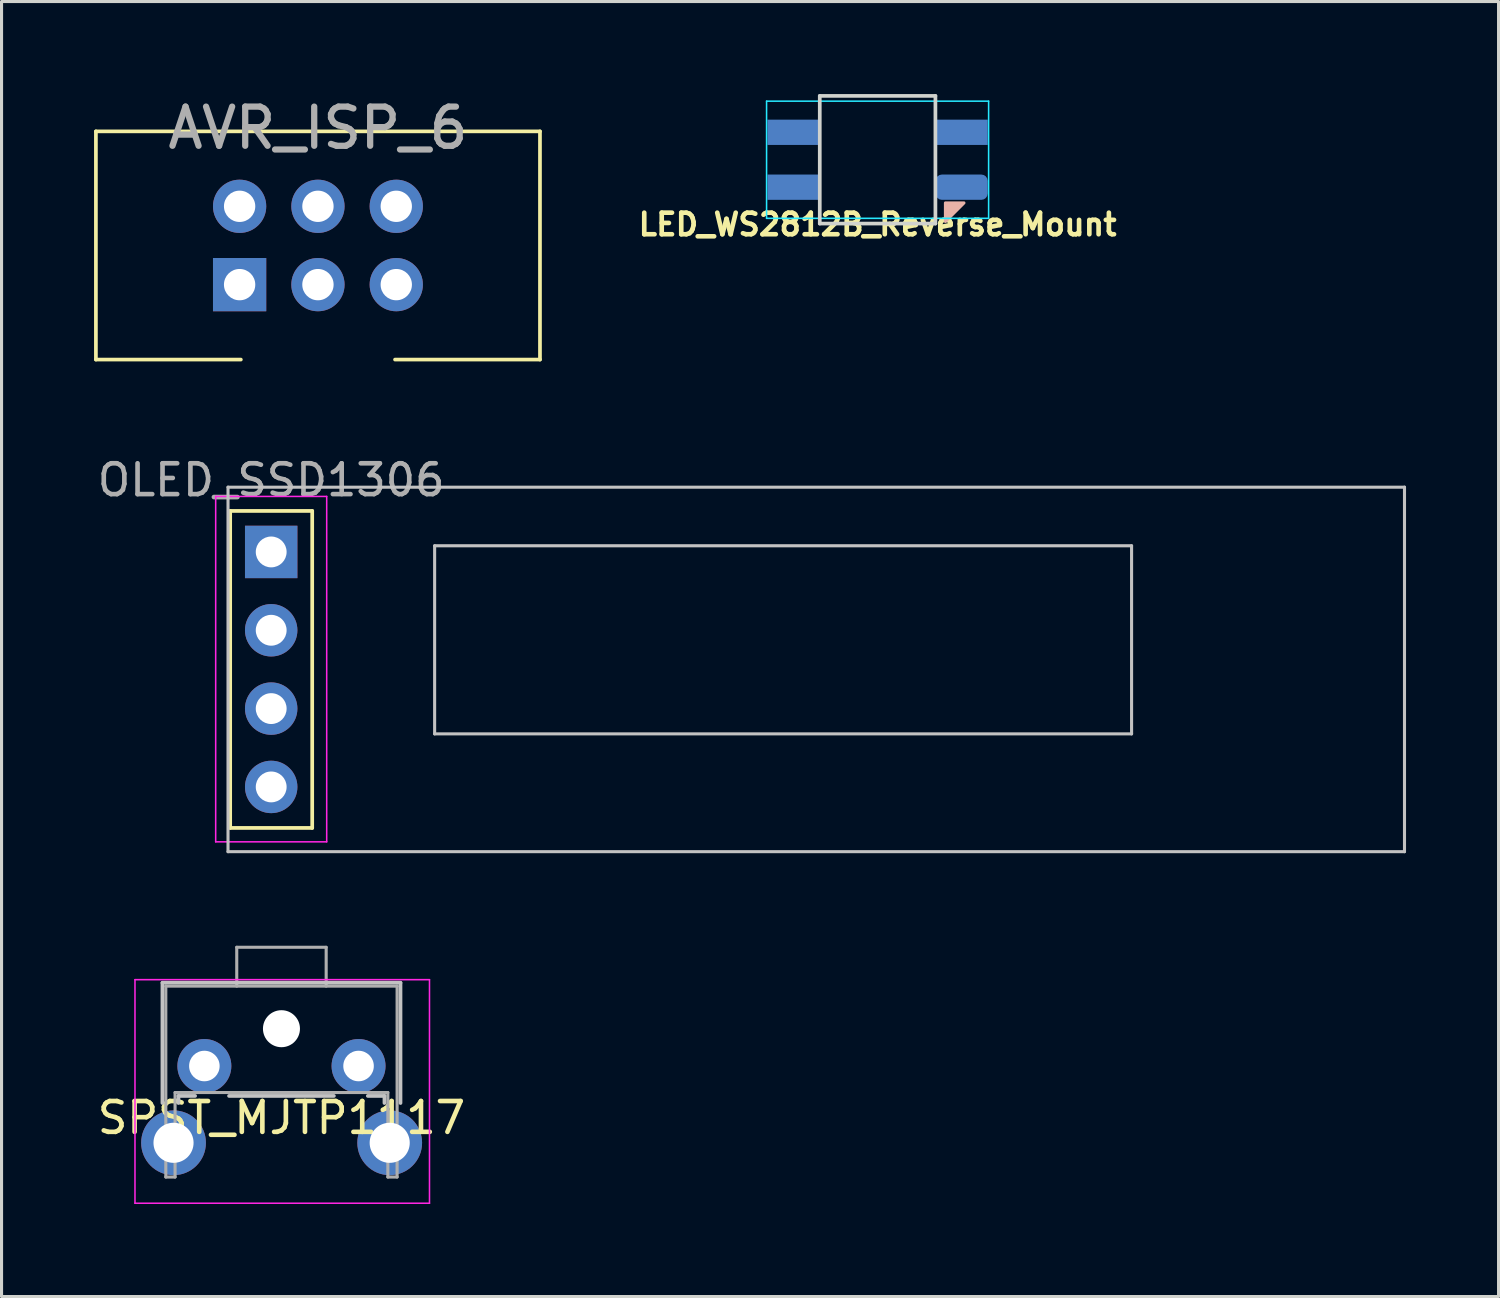
<source format=kicad_pcb>
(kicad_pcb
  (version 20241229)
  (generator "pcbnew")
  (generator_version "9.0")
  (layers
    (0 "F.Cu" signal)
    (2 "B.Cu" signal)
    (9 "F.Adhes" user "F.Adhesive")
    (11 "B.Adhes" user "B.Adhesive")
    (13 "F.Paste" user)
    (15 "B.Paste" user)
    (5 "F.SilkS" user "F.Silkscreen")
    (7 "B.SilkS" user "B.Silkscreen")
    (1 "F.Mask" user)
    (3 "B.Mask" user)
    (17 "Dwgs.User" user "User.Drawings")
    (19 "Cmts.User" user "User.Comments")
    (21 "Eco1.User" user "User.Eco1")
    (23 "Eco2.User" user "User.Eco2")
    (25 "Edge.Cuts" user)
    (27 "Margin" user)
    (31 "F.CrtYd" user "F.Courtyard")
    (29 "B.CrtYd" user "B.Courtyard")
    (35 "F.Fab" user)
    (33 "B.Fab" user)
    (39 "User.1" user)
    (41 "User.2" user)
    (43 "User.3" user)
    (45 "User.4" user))
  (footprint "AVR_ISP_6"
    (layer "F.Cu")
    (at 7.26 4.91)
    (property "Reference" "AVR_ISP_6" (at 0 -3.81 0) (layer "F.Fab") (effects (font (size 1.27 1.27) (thickness 0.203))))
    (attr through_hole)
    (fp_line (start -7.2 -3.7) (end 7.2 -3.7) (stroke (width 0.12) (type solid)) (layer "F.SilkS"))
    (fp_line (start -7.2 3.7) (end -7.2 -3.7) (stroke (width 0.12) (type solid)) (layer "F.SilkS"))
    (fp_line (start -2.5 3.7) (end -7.2 3.7) (stroke (width 0.12) (type solid)) (layer "F.SilkS"))
    (fp_line (start 7.2 -3.7) (end 7.2 3.7) (stroke (width 0.12) (type solid)) (layer "F.SilkS"))
    (fp_line (start 7.2 3.7) (end 2.5 3.7) (stroke (width 0.12) (type solid)) (layer "F.SilkS"))
    (pad "1" thru_hole rect (at -2.54 1.27) (size 1.727 1.727) (drill 1.016) (layers "*.Cu" "*.Mask"))
    (pad "2" thru_hole oval (at -2.54 -1.27) (size 1.727 1.727) (drill 1.016) (layers "*.Cu" "*.Mask"))
    (pad "3" thru_hole oval (at 0 1.27) (size 1.727 1.727) (drill 1.016) (layers "*.Cu" "*.Mask"))
    (pad "4" thru_hole oval (at 0 -1.27) (size 1.727 1.727) (drill 1.016) (layers "*.Cu" "*.Mask"))
    (pad "5" thru_hole oval (at 2.54 1.27) (size 1.727 1.727) (drill 1.016) (layers "*.Cu" "*.Mask"))
    (pad "6" thru_hole oval (at 2.54 -1.27) (size 1.727 1.727) (drill 1.016) (layers "*.Cu" "*.Mask")))
  (footprint "LED_WS2812B_Reverse_Mount"
    (layer "F.Cu")
    (at 25.408 2.13)
    (property "Reference" "LED_WS2812B_Reverse_Mount" (at 0 2.1 0) (unlocked yes) (layer "F.SilkS") (effects (font (size 0.7 0.7) (thickness 0.15))))
    (attr through_hole)
    (fp_poly (pts (xy 2.8 1.4) (xy 2.2 1.4) (xy 2.2 2)) (stroke (width 0.1) (type solid)) (fill yes) (layer "B.SilkS"))
    (fp_line (start -1.875 -2.07) (end 1.875 -2.07) (stroke (width 0.12) (type solid)) (layer "Edge.Cuts"))
    (fp_line (start -1.875 2.07) (end -1.875 -2.07) (stroke (width 0.12) (type solid)) (layer "Edge.Cuts"))
    (fp_line (start 1.875 -2.07) (end 1.875 2.07) (stroke (width 0.12) (type solid)) (layer "Edge.Cuts"))
    (fp_line (start 1.875 2.07) (end -1.875 2.07) (stroke (width 0.12) (type solid)) (layer "Edge.Cuts"))
    (fp_line (start -3.6 -1.9) (end -3.6 1.9) (stroke (width 0.05) (type solid)) (layer "B.CrtYd"))
    (fp_line (start -3.6 1.9) (end 3.6 1.9) (stroke (width 0.05) (type solid)) (layer "B.CrtYd"))
    (fp_line (start 3.6 -1.9) (end -3.6 -1.9) (stroke (width 0.05) (type solid)) (layer "B.CrtYd"))
    (fp_line (start 3.6 1.9) (end 3.6 -1.9) (stroke (width 0.05) (type solid)) (layer "B.CrtYd"))
    (pad "1" smd rect (at -2.725 -0.89) (size 1.69 0.82) (layers "B.Cu" "B.Mask" "B.Paste"))
    (pad "2" smd rect (at -2.725 0.89) (size 1.69 0.82) (layers "B.Cu" "B.Mask" "B.Paste"))
    (pad "3" smd roundrect (at 2.725 0.89) (size 1.69 0.82) (layers "B.Cu" "B.Mask" "B.Paste") (roundrect_rratio 0.25))
    (pad "4" smd rect (at 2.725 -0.89) (size 1.69 0.82) (layers "B.Cu" "B.Mask" "B.Paste")))
  (footprint "SPST_MJTP1117"
    (layer "F.Cu")
    (at 3.577 31.518)
    (property "Reference" "SPST_MJTP1117" (at 2.5 1.68 0) (layer "F.SilkS") (effects (font (size 1 1) (thickness 0.15))))
    (attr through_hole)
    (fp_line (start -1.36 -2.7) (end -1.36 1.2) (stroke (width 0.12) (type solid)) (layer "Dwgs.User"))
    (fp_line (start -1.36 -2.7) (end 6.36 -2.7) (stroke (width 0.12) (type solid)) (layer "Dwgs.User"))
    (fp_line (start -0.84 0.97) (end -0.84 1.2) (stroke (width 0.12) (type solid)) (layer "Dwgs.User"))
    (fp_line (start -0.84 0.97) (end -0.3 0.97) (stroke (width 0.12) (type solid)) (layer "Dwgs.User"))
    (fp_line (start 0.8 0.97) (end 4.2 0.97) (stroke (width 0.12) (type solid)) (layer "Dwgs.User"))
    (fp_line (start 5.3 0.97) (end 5.84 0.97) (stroke (width 0.12) (type solid)) (layer "Dwgs.User"))
    (fp_line (start 5.84 0.97) (end 5.84 1.2) (stroke (width 0.12) (type solid)) (layer "Dwgs.User"))
    (fp_line (start 6.36 -2.7) (end 6.36 1.2) (stroke (width 0.12) (type solid)) (layer "Dwgs.User"))
    (fp_line (start -2.25 -2.8) (end 7.3 -2.8) (stroke (width 0.05) (type solid)) (layer "F.CrtYd"))
    (fp_line (start -2.25 4.45) (end -2.25 -2.8) (stroke (width 0.05) (type solid)) (layer "F.CrtYd"))
    (fp_line (start 7.3 -2.8) (end 7.3 4.45) (stroke (width 0.05) (type solid)) (layer "F.CrtYd"))
    (fp_line (start 7.3 4.45) (end -2.25 4.45) (stroke (width 0.05) (type solid)) (layer "F.CrtYd"))
    (fp_line (start -1.25 -2.59) (end 6.25 -2.59) (stroke (width 0.1) (type solid)) (layer "F.Fab"))
    (fp_line (start -1.25 3.6) (end -1.25 -2.59) (stroke (width 0.1) (type solid)) (layer "F.Fab"))
    (fp_line (start -1.25 3.6) (end -0.95 3.6) (stroke (width 0.1) (type solid)) (layer "F.Fab"))
    (fp_line (start -0.95 0.86) (end 5.95 0.86) (stroke (width 0.1) (type solid)) (layer "F.Fab"))
    (fp_line (start -0.95 3.6) (end -0.95 0.86) (stroke (width 0.1) (type solid)) (layer "F.Fab"))
    (fp_line (start 1.05 -3.85) (end 1.05 -2.59) (stroke (width 0.1) (type solid)) (layer "F.Fab"))
    (fp_line (start 1.05 -3.85) (end 3.95 -3.85) (stroke (width 0.1) (type solid)) (layer "F.Fab"))
    (fp_line (start 3.95 -3.85) (end 3.95 -2.59) (stroke (width 0.1) (type solid)) (layer "F.Fab"))
    (fp_line (start 5.95 3.6) (end 5.95 0.86) (stroke (width 0.1) (type solid)) (layer "F.Fab"))
    (fp_line (start 5.95 3.6) (end 6.25 3.6) (stroke (width 0.1) (type solid)) (layer "F.Fab"))
    (fp_line (start 6.25 3.6) (end 6.25 -2.59) (stroke (width 0.1) (type solid)) (layer "F.Fab"))
    (pad "" thru_hole circle (at -1 2.49) (size 2.1 2.1) (drill 1.3) (layers "*.Cu" "*.Mask"))
    (pad "" np_thru_hole circle (at 2.5 -1.21) (size 1.2 1.2) (drill 1.2) (layers "*.Cu" "*.Mask"))
    (pad "" thru_hole circle (at 6.01 2.49) (size 2.1 2.1) (drill 1.3) (layers "*.Cu" "*.Mask"))
    (pad "1" thru_hole circle (at 0 0) (size 1.75 1.75) (drill 0.99) (layers "*.Cu" "*.Mask"))
    (pad "2" thru_hole circle (at 5 0) (size 1.75 1.75) (drill 0.99) (layers "*.Cu" "*.Mask")))
  (footprint "OLED_SSD1306"
    (layer "F.Cu")
    (at 5.744 14.848)
    (property "Reference" "OLED_SSD1306" (at 0 -2.33 0) (layer "F.Fab") (effects (font (size 1 1) (thickness 0.15))))
    (attr through_hole)
    (fp_line (start -1.33 -1.33) (end -1.33 8.95) (stroke (width 0.12) (type solid)) (layer "F.SilkS"))
    (fp_line (start -1.33 -1.33) (end 1.33 -1.33) (stroke (width 0.12) (type solid)) (layer "F.SilkS"))
    (fp_line (start -1.33 8.95) (end 1.33 8.95) (stroke (width 0.12) (type solid)) (layer "F.SilkS"))
    (fp_line (start 1.33 -1.33) (end 1.33 8.95) (stroke (width 0.12) (type solid)) (layer "F.SilkS"))
    (fp_line (start -1.4 -2.1) (end 36.75 -2.1) (stroke (width 0.1) (type solid)) (layer "Dwgs.User"))
    (fp_line (start -1.4 9.72) (end -1.4 -2.1) (stroke (width 0.1) (type solid)) (layer "Dwgs.User"))
    (fp_line (start 5.3 -0.2) (end 27.9 -0.2) (stroke (width 0.1) (type solid)) (layer "Dwgs.User"))
    (fp_line (start 5.3 5.9) (end 5.3 -0.2) (stroke (width 0.1) (type solid)) (layer "Dwgs.User"))
    (fp_line (start 27.9 -0.2) (end 27.9 5.9) (stroke (width 0.1) (type solid)) (layer "Dwgs.User"))
    (fp_line (start 27.9 5.9) (end 5.3 5.9) (stroke (width 0.1) (type solid)) (layer "Dwgs.User"))
    (fp_line (start 36.75 -2.1) (end 36.75 9.72) (stroke (width 0.1) (type solid)) (layer "Dwgs.User"))
    (fp_line (start 36.75 9.72) (end -1.4 9.72) (stroke (width 0.1) (type solid)) (layer "Dwgs.User"))
    (fp_line (start -1.8 -1.8) (end -1.8 9.4) (stroke (width 0.05) (type solid)) (layer "F.CrtYd"))
    (fp_line (start -1.8 9.4) (end 1.8 9.4) (stroke (width 0.05) (type solid)) (layer "F.CrtYd"))
    (fp_line (start 1.8 -1.8) (end -1.8 -1.8) (stroke (width 0.05) (type solid)) (layer "F.CrtYd"))
    (fp_line (start 1.8 9.4) (end 1.8 -1.8) (stroke (width 0.05) (type solid)) (layer "F.CrtYd"))
    (pad "1" thru_hole rect (at 0 0) (size 1.7 1.7) (drill 1) (layers "*.Cu" "*.Mask"))
    (pad "2" thru_hole oval (at 0 2.54) (size 1.7 1.7) (drill 1) (layers "*.Cu" "*.Mask"))
    (pad "3" thru_hole oval (at 0 5.08) (size 1.7 1.7) (drill 1) (layers "*.Cu" "*.Mask"))
    (pad "4" thru_hole oval (at 0 7.62) (size 1.7 1.7) (drill 1) (layers "*.Cu" "*.Mask")))
  (gr_rect
    (start -3 -3)
    (end 45.544 38.993)
    (stroke (width 0.1) (type default))
    (fill no)
    (layer "Edge.Cuts")))
</source>
